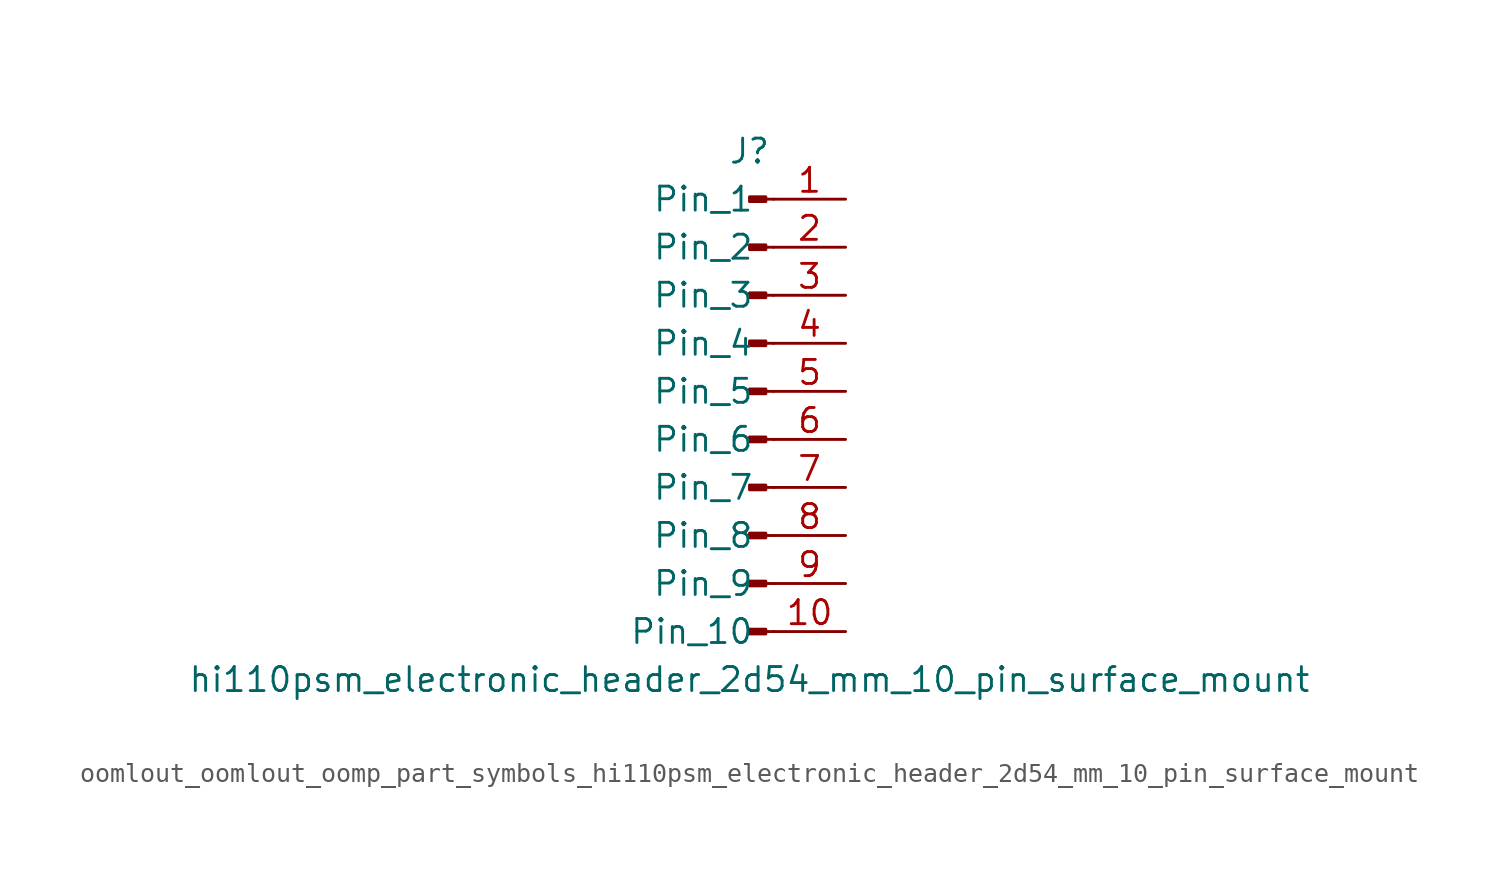
<source format=kicad_sym>
(kicad_symbol_lib
  (version 20220914)
  (generator kicad_symbol_editor)
  (symbol "oomlout_oomlout_oomp_part_symbols_hi110psm_electronic_header_2d54_mm_10_pin_surface_mount"
    (pin_names
      (offset 1.016))
    (property "Reference" "J"
      (at 0 12.7 0)
      (effects (font (size 1.27 1.27))))
    (property "Value" "hi110psm_electronic_header_2d54_mm_10_pin_surface_mount"
      (at 0 -15.24 0)
      (effects (font (size 1.27 1.27))))
    (property "ki_locked" ""
      (at 0 0 0)
      (effects (font (size 1.27 1.27))))
    (symbol "oomlout_oomlout_oomp_part_symbols_hi110psm_electronic_header_2d54_mm_10_pin_surface_mount_1_1"
      (polyline (pts (xy 1.27 -12.7) (xy 0.864 -12.7)) (stroke (width 0.152) (type default)) (fill (type none)))
      (polyline (pts (xy 1.27 -10.16) (xy 0.864 -10.16)) (stroke (width 0.152) (type default)) (fill (type none)))
      (polyline (pts (xy 1.27 -7.62) (xy 0.864 -7.62)) (stroke (width 0.152) (type default)) (fill (type none)))
      (polyline (pts (xy 1.27 -5.08) (xy 0.864 -5.08)) (stroke (width 0.152) (type default)) (fill (type none)))
      (polyline (pts (xy 1.27 -2.54) (xy 0.864 -2.54)) (stroke (width 0.152) (type default)) (fill (type none)))
      (polyline (pts (xy 1.27 0) (xy 0.864 0)) (stroke (width 0.152) (type default)) (fill (type none)))
      (polyline (pts (xy 1.27 2.54) (xy 0.864 2.54)) (stroke (width 0.152) (type default)) (fill (type none)))
      (polyline (pts (xy 1.27 5.08) (xy 0.864 5.08)) (stroke (width 0.152) (type default)) (fill (type none)))
      (polyline (pts (xy 1.27 7.62) (xy 0.864 7.62)) (stroke (width 0.152) (type default)) (fill (type none)))
      (polyline (pts (xy 1.27 10.16) (xy 0.864 10.16)) (stroke (width 0.152) (type default)) (fill (type none)))
      (rectangle (start 0.864 -12.573) (end 0 -12.827) (stroke (width 0.152) (type default)) (fill (type outline)))
      (rectangle (start 0.864 -10.033) (end 0 -10.287) (stroke (width 0.152) (type default)) (fill (type outline)))
      (rectangle (start 0.864 -7.493) (end 0 -7.747) (stroke (width 0.152) (type default)) (fill (type outline)))
      (rectangle (start 0.864 -4.953) (end 0 -5.207) (stroke (width 0.152) (type default)) (fill (type outline)))
      (rectangle (start 0.864 -2.413) (end 0 -2.667) (stroke (width 0.152) (type default)) (fill (type outline)))
      (rectangle (start 0.864 0.127) (end 0 -0.127) (stroke (width 0.152) (type default)) (fill (type outline)))
      (rectangle (start 0.864 2.667) (end 0 2.413) (stroke (width 0.152) (type default)) (fill (type outline)))
      (rectangle (start 0.864 5.207) (end 0 4.953) (stroke (width 0.152) (type default)) (fill (type outline)))
      (rectangle (start 0.864 7.747) (end 0 7.493) (stroke (width 0.152) (type default)) (fill (type outline)))
      (rectangle (start 0.864 10.287) (end 0 10.033) (stroke (width 0.152) (type default)) (fill (type outline)))
      (pin passive line (at 5.08 10.16 180) (length 3.81) (name "Pin_1" (effects (font (size 1.27 1.27)))) (number "1" (effects (font (size 1.27 1.27)))))
      (pin passive line (at 5.08 -12.7 180) (length 3.81) (name "Pin_10" (effects (font (size 1.27 1.27)))) (number "10" (effects (font (size 1.27 1.27)))))
      (pin passive line (at 5.08 7.62 180) (length 3.81) (name "Pin_2" (effects (font (size 1.27 1.27)))) (number "2" (effects (font (size 1.27 1.27)))))
      (pin passive line (at 5.08 5.08 180) (length 3.81) (name "Pin_3" (effects (font (size 1.27 1.27)))) (number "3" (effects (font (size 1.27 1.27)))))
      (pin passive line (at 5.08 2.54 180) (length 3.81) (name "Pin_4" (effects (font (size 1.27 1.27)))) (number "4" (effects (font (size 1.27 1.27)))))
      (pin passive line (at 5.08 0 180) (length 3.81) (name "Pin_5" (effects (font (size 1.27 1.27)))) (number "5" (effects (font (size 1.27 1.27)))))
      (pin passive line (at 5.08 -2.54 180) (length 3.81) (name "Pin_6" (effects (font (size 1.27 1.27)))) (number "6" (effects (font (size 1.27 1.27)))))
      (pin passive line (at 5.08 -5.08 180) (length 3.81) (name "Pin_7" (effects (font (size 1.27 1.27)))) (number "7" (effects (font (size 1.27 1.27)))))
      (pin passive line (at 5.08 -7.62 180) (length 3.81) (name "Pin_8" (effects (font (size 1.27 1.27)))) (number "8" (effects (font (size 1.27 1.27)))))
      (pin passive line (at 5.08 -10.16 180) (length 3.81) (name "Pin_9" (effects (font (size 1.27 1.27)))) (number "9" (effects (font (size 1.27 1.27))))))))
</source>
